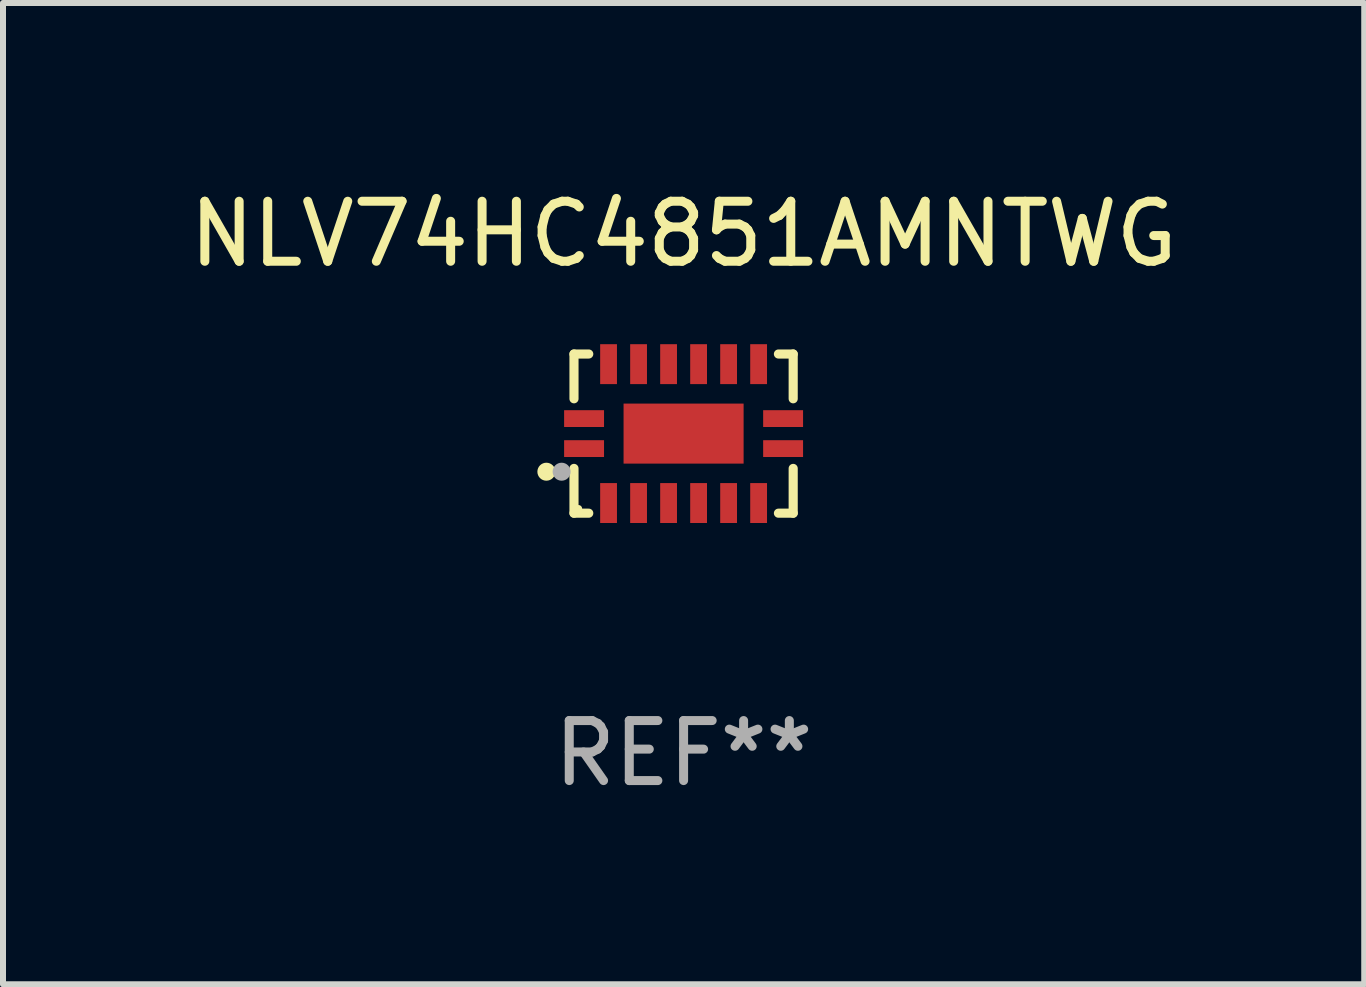
<source format=kicad_pcb>
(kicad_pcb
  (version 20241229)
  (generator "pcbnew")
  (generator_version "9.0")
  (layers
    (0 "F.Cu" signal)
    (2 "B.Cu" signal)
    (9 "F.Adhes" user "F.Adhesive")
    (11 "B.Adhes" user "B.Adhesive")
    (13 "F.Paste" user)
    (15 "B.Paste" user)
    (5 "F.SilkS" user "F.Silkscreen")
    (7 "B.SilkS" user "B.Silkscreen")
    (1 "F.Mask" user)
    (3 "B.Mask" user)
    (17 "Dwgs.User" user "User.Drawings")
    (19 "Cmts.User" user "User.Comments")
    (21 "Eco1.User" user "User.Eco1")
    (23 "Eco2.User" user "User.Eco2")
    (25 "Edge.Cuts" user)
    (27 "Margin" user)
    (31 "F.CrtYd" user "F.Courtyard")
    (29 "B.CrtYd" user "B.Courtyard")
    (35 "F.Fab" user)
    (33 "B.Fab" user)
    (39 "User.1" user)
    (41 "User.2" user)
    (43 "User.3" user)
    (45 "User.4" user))
  (footprint "NLV74HC4851AMNTWG"
    (layer "F.Cu")
    (at 8.339 4.174)
    (property "Reference" "NLV74HC4851AMNTWG" (at 0 -3.326 0) (layer "F.SilkS") (effects (font (size 1 1) (thickness 0.15))))
    (attr through_hole)
    (fp_line (start -1.826 -1.326) (end -1.58 -1.326) (stroke (width 0.152) (type solid)) (layer "F.SilkS"))
    (fp_line (start -1.826 -0.58) (end -1.826 -1.326) (stroke (width 0.152) (type solid)) (layer "F.SilkS"))
    (fp_line (start -1.826 0.58) (end -1.826 1.326) (stroke (width 0.152) (type solid)) (layer "F.SilkS"))
    (fp_line (start -1.826 1.326) (end -1.58 1.326) (stroke (width 0.152) (type solid)) (layer "F.SilkS"))
    (fp_line (start 1.826 -1.326) (end 1.58 -1.326) (stroke (width 0.152) (type solid)) (layer "F.SilkS"))
    (fp_line (start 1.826 -0.58) (end 1.826 -1.326) (stroke (width 0.152) (type solid)) (layer "F.SilkS"))
    (fp_line (start 1.826 0.58) (end 1.826 1.326) (stroke (width 0.152) (type solid)) (layer "F.SilkS"))
    (fp_line (start 1.826 1.326) (end 1.58 1.326) (stroke (width 0.152) (type solid)) (layer "F.SilkS"))
    (fp_circle (center -2.286 0.635) (end -2.211 0.635) (stroke (width 0.15) (type solid)) (fill no) (layer "F.SilkS"))
    (fp_circle (center -1.75 1.25) (end -1.72 1.25) (stroke (width 0.06) (type solid)) (fill no) (layer "F.SilkS"))
    (fp_circle (center -2.032 0.635) (end -1.957 0.635) (stroke (width 0.15) (type solid)) (fill no) (layer "F.Fab"))
    (fp_text user "REF**" (at 0 5.326 0) (layer "F.Fab") (effects (font (size 1 1) (thickness 0.15))))
    (pad "1" smd rect (at -1.658 0.25) (size 0.665 0.28) (layers "F.Cu" "F.Mask" "F.Paste"))
    (pad "2" smd rect (at -1.25 1.157) (size 0.28 0.665) (layers "F.Cu" "F.Mask" "F.Paste"))
    (pad "3" smd rect (at -0.75 1.157) (size 0.28 0.665) (layers "F.Cu" "F.Mask" "F.Paste"))
    (pad "4" smd rect (at -0.25 1.157) (size 0.28 0.665) (layers "F.Cu" "F.Mask" "F.Paste"))
    (pad "5" smd rect (at 0.25 1.157) (size 0.28 0.665) (layers "F.Cu" "F.Mask" "F.Paste"))
    (pad "6" smd rect (at 0.75 1.157) (size 0.28 0.665) (layers "F.Cu" "F.Mask" "F.Paste"))
    (pad "7" smd rect (at 1.25 1.157) (size 0.28 0.665) (layers "F.Cu" "F.Mask" "F.Paste"))
    (pad "8" smd rect (at 1.658 0.25) (size 0.665 0.28) (layers "F.Cu" "F.Mask" "F.Paste"))
    (pad "9" smd rect (at 1.658 -0.25) (size 0.665 0.28) (layers "F.Cu" "F.Mask" "F.Paste"))
    (pad "10" smd rect (at 1.25 -1.157) (size 0.28 0.665) (layers "F.Cu" "F.Mask" "F.Paste"))
    (pad "11" smd rect (at 0.75 -1.157) (size 0.28 0.665) (layers "F.Cu" "F.Mask" "F.Paste"))
    (pad "12" smd rect (at 0.25 -1.157) (size 0.28 0.665) (layers "F.Cu" "F.Mask" "F.Paste"))
    (pad "13" smd rect (at -0.25 -1.157) (size 0.28 0.665) (layers "F.Cu" "F.Mask" "F.Paste"))
    (pad "14" smd rect (at -0.75 -1.157) (size 0.28 0.665) (layers "F.Cu" "F.Mask" "F.Paste"))
    (pad "15" smd rect (at -1.25 -1.157) (size 0.28 0.665) (layers "F.Cu" "F.Mask" "F.Paste"))
    (pad "16" smd rect (at -1.658 -0.25) (size 0.665 0.28) (layers "F.Cu" "F.Mask" "F.Paste"))
    (pad "17" smd rect (at 0 0) (size 2 1) (layers "F.Cu" "F.Mask" "F.Paste")))
  (gr_rect
    (start -3 -3)
    (end 19.679 13.349)
    (stroke (width 0.1) (type default))
    (fill no)
    (layer "Edge.Cuts")))
</source>
